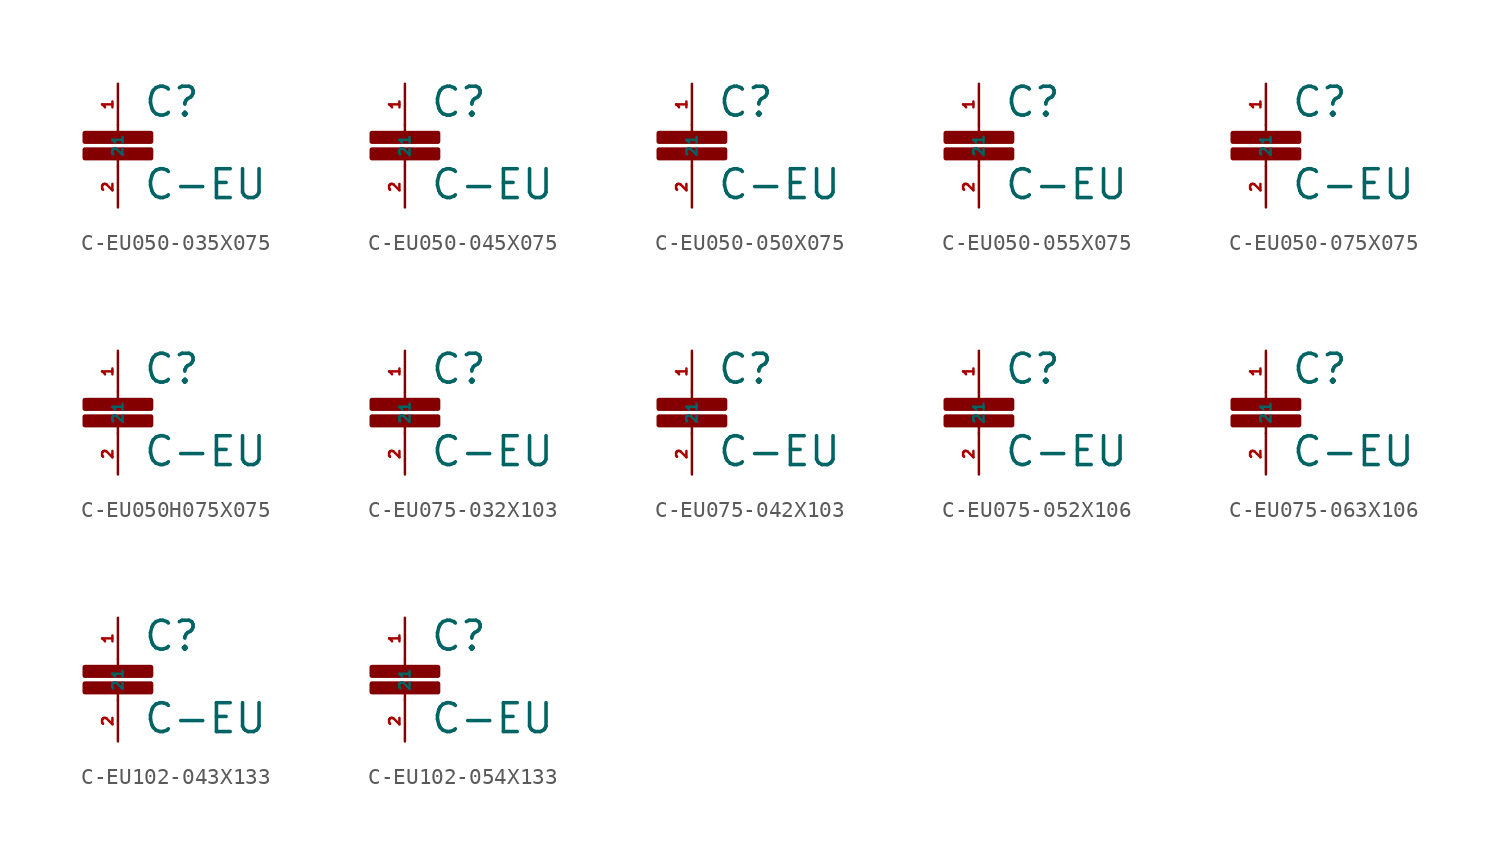
<source format=kicad_sym>
(kicad_symbol_lib
  (version 20220914)
  (generator Eagle2Kicad)
  (symbol "C-EU050-035X075"
    (property "Reference" "C"
      (at 1.524 0.381 0)
      (effects (font (size 1.778 1.778) (thickness 0.22)) (justify left bottom)))
    (property "Value" "C-EU"
      (at 1.524 -4.699 0)
      (effects (font (size 1.778 1.778) (thickness 0.22)) (justify left bottom)))
    (polyline
      (pts (xy 0 0) (xy 0 -0.508))
      (stroke (width 0.152) (type default))
      (fill (type none)))
    (polyline
      (pts (xy 0 -2.54) (xy 0 -2.032))
      (stroke (width 0.152) (type default))
      (fill (type none)))
    (rectangle
      (start -2.032 -2.032)
      (end 2.032 -1.524)
      (stroke (width 0.3) (type default))
      (fill (type outline)))
    (rectangle
      (start -2.032 -1.016)
      (end 2.032 -0.508)
      (stroke (width 0.3) (type default))
      (fill (type outline)))
    (pin passive line
      (at 0 2.54 270)
      (length 2.54)
      (name "1" (effects (font (size 0.635 0.635) (thickness 0.08)) (justify left bottom)))
      (number "1" (effects (font (size 0.635 0.635) (thickness 0.08)) (justify left bottom))))
    (pin passive line
      (at 0 -5.08 90)
      (length 2.54)
      (name "2" (effects (font (size 0.635 0.635) (thickness 0.08)) (justify left bottom)))
      (number "2" (effects (font (size 0.635 0.635) (thickness 0.08)) (justify left bottom)))))
  (symbol "C-EU050-045X075"
    (property "Reference" "C"
      (at 1.524 0.381 0)
      (effects (font (size 1.778 1.778) (thickness 0.22)) (justify left bottom)))
    (property "Value" "C-EU"
      (at 1.524 -4.699 0)
      (effects (font (size 1.778 1.778) (thickness 0.22)) (justify left bottom)))
    (polyline
      (pts (xy 0 0) (xy 0 -0.508))
      (stroke (width 0.152) (type default))
      (fill (type none)))
    (polyline
      (pts (xy 0 -2.54) (xy 0 -2.032))
      (stroke (width 0.152) (type default))
      (fill (type none)))
    (rectangle
      (start -2.032 -2.032)
      (end 2.032 -1.524)
      (stroke (width 0.3) (type default))
      (fill (type outline)))
    (rectangle
      (start -2.032 -1.016)
      (end 2.032 -0.508)
      (stroke (width 0.3) (type default))
      (fill (type outline)))
    (pin passive line
      (at 0 2.54 270)
      (length 2.54)
      (name "1" (effects (font (size 0.635 0.635) (thickness 0.08)) (justify left bottom)))
      (number "1" (effects (font (size 0.635 0.635) (thickness 0.08)) (justify left bottom))))
    (pin passive line
      (at 0 -5.08 90)
      (length 2.54)
      (name "2" (effects (font (size 0.635 0.635) (thickness 0.08)) (justify left bottom)))
      (number "2" (effects (font (size 0.635 0.635) (thickness 0.08)) (justify left bottom)))))
  (symbol "C-EU050-050X075"
    (property "Reference" "C"
      (at 1.524 0.381 0)
      (effects (font (size 1.778 1.778) (thickness 0.22)) (justify left bottom)))
    (property "Value" "C-EU"
      (at 1.524 -4.699 0)
      (effects (font (size 1.778 1.778) (thickness 0.22)) (justify left bottom)))
    (polyline
      (pts (xy 0 0) (xy 0 -0.508))
      (stroke (width 0.152) (type default))
      (fill (type none)))
    (polyline
      (pts (xy 0 -2.54) (xy 0 -2.032))
      (stroke (width 0.152) (type default))
      (fill (type none)))
    (rectangle
      (start -2.032 -2.032)
      (end 2.032 -1.524)
      (stroke (width 0.3) (type default))
      (fill (type outline)))
    (rectangle
      (start -2.032 -1.016)
      (end 2.032 -0.508)
      (stroke (width 0.3) (type default))
      (fill (type outline)))
    (pin passive line
      (at 0 2.54 270)
      (length 2.54)
      (name "1" (effects (font (size 0.635 0.635) (thickness 0.08)) (justify left bottom)))
      (number "1" (effects (font (size 0.635 0.635) (thickness 0.08)) (justify left bottom))))
    (pin passive line
      (at 0 -5.08 90)
      (length 2.54)
      (name "2" (effects (font (size 0.635 0.635) (thickness 0.08)) (justify left bottom)))
      (number "2" (effects (font (size 0.635 0.635) (thickness 0.08)) (justify left bottom)))))
  (symbol "C-EU050-055X075"
    (property "Reference" "C"
      (at 1.524 0.381 0)
      (effects (font (size 1.778 1.778) (thickness 0.22)) (justify left bottom)))
    (property "Value" "C-EU"
      (at 1.524 -4.699 0)
      (effects (font (size 1.778 1.778) (thickness 0.22)) (justify left bottom)))
    (polyline
      (pts (xy 0 0) (xy 0 -0.508))
      (stroke (width 0.152) (type default))
      (fill (type none)))
    (polyline
      (pts (xy 0 -2.54) (xy 0 -2.032))
      (stroke (width 0.152) (type default))
      (fill (type none)))
    (rectangle
      (start -2.032 -2.032)
      (end 2.032 -1.524)
      (stroke (width 0.3) (type default))
      (fill (type outline)))
    (rectangle
      (start -2.032 -1.016)
      (end 2.032 -0.508)
      (stroke (width 0.3) (type default))
      (fill (type outline)))
    (pin passive line
      (at 0 2.54 270)
      (length 2.54)
      (name "1" (effects (font (size 0.635 0.635) (thickness 0.08)) (justify left bottom)))
      (number "1" (effects (font (size 0.635 0.635) (thickness 0.08)) (justify left bottom))))
    (pin passive line
      (at 0 -5.08 90)
      (length 2.54)
      (name "2" (effects (font (size 0.635 0.635) (thickness 0.08)) (justify left bottom)))
      (number "2" (effects (font (size 0.635 0.635) (thickness 0.08)) (justify left bottom)))))
  (symbol "C-EU050-075X075"
    (property "Reference" "C"
      (at 1.524 0.381 0)
      (effects (font (size 1.778 1.778) (thickness 0.22)) (justify left bottom)))
    (property "Value" "C-EU"
      (at 1.524 -4.699 0)
      (effects (font (size 1.778 1.778) (thickness 0.22)) (justify left bottom)))
    (polyline
      (pts (xy 0 0) (xy 0 -0.508))
      (stroke (width 0.152) (type default))
      (fill (type none)))
    (polyline
      (pts (xy 0 -2.54) (xy 0 -2.032))
      (stroke (width 0.152) (type default))
      (fill (type none)))
    (rectangle
      (start -2.032 -2.032)
      (end 2.032 -1.524)
      (stroke (width 0.3) (type default))
      (fill (type outline)))
    (rectangle
      (start -2.032 -1.016)
      (end 2.032 -0.508)
      (stroke (width 0.3) (type default))
      (fill (type outline)))
    (pin passive line
      (at 0 2.54 270)
      (length 2.54)
      (name "1" (effects (font (size 0.635 0.635) (thickness 0.08)) (justify left bottom)))
      (number "1" (effects (font (size 0.635 0.635) (thickness 0.08)) (justify left bottom))))
    (pin passive line
      (at 0 -5.08 90)
      (length 2.54)
      (name "2" (effects (font (size 0.635 0.635) (thickness 0.08)) (justify left bottom)))
      (number "2" (effects (font (size 0.635 0.635) (thickness 0.08)) (justify left bottom)))))
  (symbol "C-EU050H075X075"
    (property "Reference" "C"
      (at 1.524 0.381 0)
      (effects (font (size 1.778 1.778) (thickness 0.22)) (justify left bottom)))
    (property "Value" "C-EU"
      (at 1.524 -4.699 0)
      (effects (font (size 1.778 1.778) (thickness 0.22)) (justify left bottom)))
    (polyline
      (pts (xy 0 0) (xy 0 -0.508))
      (stroke (width 0.152) (type default))
      (fill (type none)))
    (polyline
      (pts (xy 0 -2.54) (xy 0 -2.032))
      (stroke (width 0.152) (type default))
      (fill (type none)))
    (rectangle
      (start -2.032 -2.032)
      (end 2.032 -1.524)
      (stroke (width 0.3) (type default))
      (fill (type outline)))
    (rectangle
      (start -2.032 -1.016)
      (end 2.032 -0.508)
      (stroke (width 0.3) (type default))
      (fill (type outline)))
    (pin passive line
      (at 0 2.54 270)
      (length 2.54)
      (name "1" (effects (font (size 0.635 0.635) (thickness 0.08)) (justify left bottom)))
      (number "1" (effects (font (size 0.635 0.635) (thickness 0.08)) (justify left bottom))))
    (pin passive line
      (at 0 -5.08 90)
      (length 2.54)
      (name "2" (effects (font (size 0.635 0.635) (thickness 0.08)) (justify left bottom)))
      (number "2" (effects (font (size 0.635 0.635) (thickness 0.08)) (justify left bottom)))))
  (symbol "C-EU075-032X103"
    (property "Reference" "C"
      (at 1.524 0.381 0)
      (effects (font (size 1.778 1.778) (thickness 0.22)) (justify left bottom)))
    (property "Value" "C-EU"
      (at 1.524 -4.699 0)
      (effects (font (size 1.778 1.778) (thickness 0.22)) (justify left bottom)))
    (polyline
      (pts (xy 0 0) (xy 0 -0.508))
      (stroke (width 0.152) (type default))
      (fill (type none)))
    (polyline
      (pts (xy 0 -2.54) (xy 0 -2.032))
      (stroke (width 0.152) (type default))
      (fill (type none)))
    (rectangle
      (start -2.032 -2.032)
      (end 2.032 -1.524)
      (stroke (width 0.3) (type default))
      (fill (type outline)))
    (rectangle
      (start -2.032 -1.016)
      (end 2.032 -0.508)
      (stroke (width 0.3) (type default))
      (fill (type outline)))
    (pin passive line
      (at 0 2.54 270)
      (length 2.54)
      (name "1" (effects (font (size 0.635 0.635) (thickness 0.08)) (justify left bottom)))
      (number "1" (effects (font (size 0.635 0.635) (thickness 0.08)) (justify left bottom))))
    (pin passive line
      (at 0 -5.08 90)
      (length 2.54)
      (name "2" (effects (font (size 0.635 0.635) (thickness 0.08)) (justify left bottom)))
      (number "2" (effects (font (size 0.635 0.635) (thickness 0.08)) (justify left bottom)))))
  (symbol "C-EU075-042X103"
    (property "Reference" "C"
      (at 1.524 0.381 0)
      (effects (font (size 1.778 1.778) (thickness 0.22)) (justify left bottom)))
    (property "Value" "C-EU"
      (at 1.524 -4.699 0)
      (effects (font (size 1.778 1.778) (thickness 0.22)) (justify left bottom)))
    (polyline
      (pts (xy 0 0) (xy 0 -0.508))
      (stroke (width 0.152) (type default))
      (fill (type none)))
    (polyline
      (pts (xy 0 -2.54) (xy 0 -2.032))
      (stroke (width 0.152) (type default))
      (fill (type none)))
    (rectangle
      (start -2.032 -2.032)
      (end 2.032 -1.524)
      (stroke (width 0.3) (type default))
      (fill (type outline)))
    (rectangle
      (start -2.032 -1.016)
      (end 2.032 -0.508)
      (stroke (width 0.3) (type default))
      (fill (type outline)))
    (pin passive line
      (at 0 2.54 270)
      (length 2.54)
      (name "1" (effects (font (size 0.635 0.635) (thickness 0.08)) (justify left bottom)))
      (number "1" (effects (font (size 0.635 0.635) (thickness 0.08)) (justify left bottom))))
    (pin passive line
      (at 0 -5.08 90)
      (length 2.54)
      (name "2" (effects (font (size 0.635 0.635) (thickness 0.08)) (justify left bottom)))
      (number "2" (effects (font (size 0.635 0.635) (thickness 0.08)) (justify left bottom)))))
  (symbol "C-EU075-052X106"
    (property "Reference" "C"
      (at 1.524 0.381 0)
      (effects (font (size 1.778 1.778) (thickness 0.22)) (justify left bottom)))
    (property "Value" "C-EU"
      (at 1.524 -4.699 0)
      (effects (font (size 1.778 1.778) (thickness 0.22)) (justify left bottom)))
    (polyline
      (pts (xy 0 0) (xy 0 -0.508))
      (stroke (width 0.152) (type default))
      (fill (type none)))
    (polyline
      (pts (xy 0 -2.54) (xy 0 -2.032))
      (stroke (width 0.152) (type default))
      (fill (type none)))
    (rectangle
      (start -2.032 -2.032)
      (end 2.032 -1.524)
      (stroke (width 0.3) (type default))
      (fill (type outline)))
    (rectangle
      (start -2.032 -1.016)
      (end 2.032 -0.508)
      (stroke (width 0.3) (type default))
      (fill (type outline)))
    (pin passive line
      (at 0 2.54 270)
      (length 2.54)
      (name "1" (effects (font (size 0.635 0.635) (thickness 0.08)) (justify left bottom)))
      (number "1" (effects (font (size 0.635 0.635) (thickness 0.08)) (justify left bottom))))
    (pin passive line
      (at 0 -5.08 90)
      (length 2.54)
      (name "2" (effects (font (size 0.635 0.635) (thickness 0.08)) (justify left bottom)))
      (number "2" (effects (font (size 0.635 0.635) (thickness 0.08)) (justify left bottom)))))
  (symbol "C-EU075-063X106"
    (property "Reference" "C"
      (at 1.524 0.381 0)
      (effects (font (size 1.778 1.778) (thickness 0.22)) (justify left bottom)))
    (property "Value" "C-EU"
      (at 1.524 -4.699 0)
      (effects (font (size 1.778 1.778) (thickness 0.22)) (justify left bottom)))
    (polyline
      (pts (xy 0 0) (xy 0 -0.508))
      (stroke (width 0.152) (type default))
      (fill (type none)))
    (polyline
      (pts (xy 0 -2.54) (xy 0 -2.032))
      (stroke (width 0.152) (type default))
      (fill (type none)))
    (rectangle
      (start -2.032 -2.032)
      (end 2.032 -1.524)
      (stroke (width 0.3) (type default))
      (fill (type outline)))
    (rectangle
      (start -2.032 -1.016)
      (end 2.032 -0.508)
      (stroke (width 0.3) (type default))
      (fill (type outline)))
    (pin passive line
      (at 0 2.54 270)
      (length 2.54)
      (name "1" (effects (font (size 0.635 0.635) (thickness 0.08)) (justify left bottom)))
      (number "1" (effects (font (size 0.635 0.635) (thickness 0.08)) (justify left bottom))))
    (pin passive line
      (at 0 -5.08 90)
      (length 2.54)
      (name "2" (effects (font (size 0.635 0.635) (thickness 0.08)) (justify left bottom)))
      (number "2" (effects (font (size 0.635 0.635) (thickness 0.08)) (justify left bottom)))))
  (symbol "C-EU102-043X133"
    (property "Reference" "C"
      (at 1.524 0.381 0)
      (effects (font (size 1.778 1.778) (thickness 0.22)) (justify left bottom)))
    (property "Value" "C-EU"
      (at 1.524 -4.699 0)
      (effects (font (size 1.778 1.778) (thickness 0.22)) (justify left bottom)))
    (polyline
      (pts (xy 0 0) (xy 0 -0.508))
      (stroke (width 0.152) (type default))
      (fill (type none)))
    (polyline
      (pts (xy 0 -2.54) (xy 0 -2.032))
      (stroke (width 0.152) (type default))
      (fill (type none)))
    (rectangle
      (start -2.032 -2.032)
      (end 2.032 -1.524)
      (stroke (width 0.3) (type default))
      (fill (type outline)))
    (rectangle
      (start -2.032 -1.016)
      (end 2.032 -0.508)
      (stroke (width 0.3) (type default))
      (fill (type outline)))
    (pin passive line
      (at 0 2.54 270)
      (length 2.54)
      (name "1" (effects (font (size 0.635 0.635) (thickness 0.08)) (justify left bottom)))
      (number "1" (effects (font (size 0.635 0.635) (thickness 0.08)) (justify left bottom))))
    (pin passive line
      (at 0 -5.08 90)
      (length 2.54)
      (name "2" (effects (font (size 0.635 0.635) (thickness 0.08)) (justify left bottom)))
      (number "2" (effects (font (size 0.635 0.635) (thickness 0.08)) (justify left bottom)))))
  (symbol "C-EU102-054X133"
    (property "Reference" "C"
      (at 1.524 0.381 0)
      (effects (font (size 1.778 1.778) (thickness 0.22)) (justify left bottom)))
    (property "Value" "C-EU"
      (at 1.524 -4.699 0)
      (effects (font (size 1.778 1.778) (thickness 0.22)) (justify left bottom)))
    (polyline
      (pts (xy 0 0) (xy 0 -0.508))
      (stroke (width 0.152) (type default))
      (fill (type none)))
    (polyline
      (pts (xy 0 -2.54) (xy 0 -2.032))
      (stroke (width 0.152) (type default))
      (fill (type none)))
    (rectangle
      (start -2.032 -2.032)
      (end 2.032 -1.524)
      (stroke (width 0.3) (type default))
      (fill (type outline)))
    (rectangle
      (start -2.032 -1.016)
      (end 2.032 -0.508)
      (stroke (width 0.3) (type default))
      (fill (type outline)))
    (pin passive line
      (at 0 2.54 270)
      (length 2.54)
      (name "1" (effects (font (size 0.635 0.635) (thickness 0.08)) (justify left bottom)))
      (number "1" (effects (font (size 0.635 0.635) (thickness 0.08)) (justify left bottom))))
    (pin passive line
      (at 0 -5.08 90)
      (length 2.54)
      (name "2" (effects (font (size 0.635 0.635) (thickness 0.08)) (justify left bottom)))
      (number "2" (effects (font (size 0.635 0.635) (thickness 0.08)) (justify left bottom))))))
</source>
